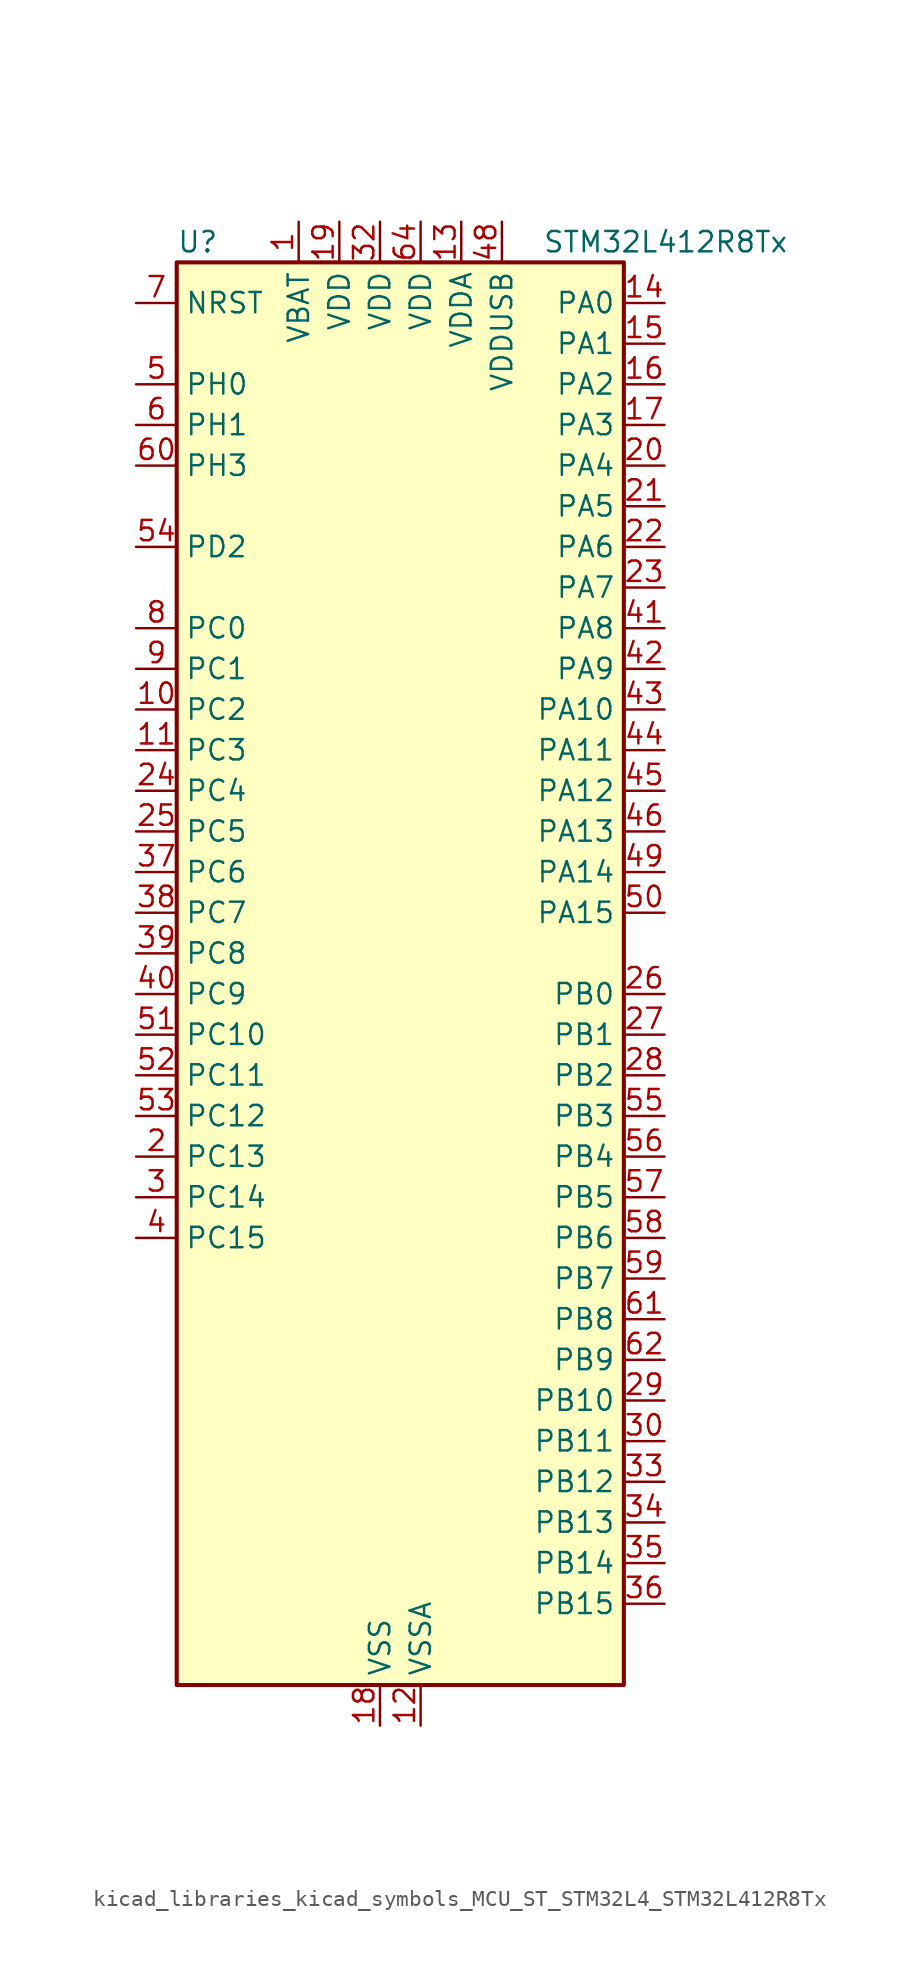
<source format=kicad_sym>
(kicad_symbol_lib
  (version 20220914)
  (generator kicad_symbol_editor)
  (symbol "kicad_libraries_kicad_symbols_MCU_ST_STM32L4_STM32L412R8Tx"
    (property "Reference" "U"
      (at -12.7 46.99 0)
      (effects (font (size 1.27 1.27)) (justify left)))
    (property "Value" "STM32L412R8Tx"
      (at 10.16 46.99 0)
      (effects (font (size 1.27 1.27)) (justify left)))
    (property "ki_locked" ""
      (at 0 0 0)
      (effects (font (size 1.27 1.27))))
    (symbol "kicad_libraries_kicad_symbols_MCU_ST_STM32L4_STM32L412R8Tx_0_1"
      (rectangle (start -12.7 -43.18) (end 15.24 45.72) (stroke (width 0.254) (type default)) (fill (type background))))
    (symbol "kicad_libraries_kicad_symbols_MCU_ST_STM32L4_STM32L412R8Tx_1_1"
      (pin power_in line (at -5.08 48.26 270) (length 2.54) (name "VBAT" (effects (font (size 1.27 1.27)))) (number "1" (effects (font (size 1.27 1.27)))))
      (pin bidirectional line (at -15.24 17.78 0) (length 2.54) (name "PC2" (effects (font (size 1.27 1.27)))) (number "10" (effects (font (size 1.27 1.27)))) (alternate "ADC1_IN3" bidirectional line) (alternate "ADC2_IN3" bidirectional line) (alternate "LPTIM1_IN2" bidirectional line) (alternate "SPI2_MISO" bidirectional line))
      (pin bidirectional line (at -15.24 15.24 0) (length 2.54) (name "PC3" (effects (font (size 1.27 1.27)))) (number "11" (effects (font (size 1.27 1.27)))) (alternate "ADC1_IN4" bidirectional line) (alternate "ADC2_IN4" bidirectional line) (alternate "LPTIM1_ETR" bidirectional line) (alternate "LPTIM2_ETR" bidirectional line) (alternate "SPI2_MOSI" bidirectional line))
      (pin power_in line (at 2.54 -45.72 90) (length 2.54) (name "VSSA" (effects (font (size 1.27 1.27)))) (number "12" (effects (font (size 1.27 1.27)))))
      (pin power_in line (at 5.08 48.26 270) (length 2.54) (name "VDDA" (effects (font (size 1.27 1.27)))) (number "13" (effects (font (size 1.27 1.27)))))
      (pin bidirectional line (at 17.78 43.18 180) (length 2.54) (name "PA0" (effects (font (size 1.27 1.27)))) (number "14" (effects (font (size 1.27 1.27)))) (alternate "ADC1_IN5" bidirectional line) (alternate "COMP1_INM" bidirectional line) (alternate "COMP1_OUT" bidirectional line) (alternate "OPAMP1_VINP" bidirectional line) (alternate "RTC_TAMP2" bidirectional line) (alternate "SYS_WKUP1" bidirectional line) (alternate "TIM2_CH1" bidirectional line) (alternate "TIM2_ETR" bidirectional line) (alternate "USART2_CTS" bidirectional line))
      (pin bidirectional line (at 17.78 40.64 180) (length 2.54) (name "PA1" (effects (font (size 1.27 1.27)))) (number "15" (effects (font (size 1.27 1.27)))) (alternate "ADC1_IN6" bidirectional line) (alternate "COMP1_INP" bidirectional line) (alternate "I2C1_SMBA" bidirectional line) (alternate "OPAMP1_VINM" bidirectional line) (alternate "SPI1_SCK" bidirectional line) (alternate "TIM15_CH1N" bidirectional line) (alternate "TIM2_CH2" bidirectional line) (alternate "USART2_DE" bidirectional line) (alternate "USART2_RTS" bidirectional line))
      (pin bidirectional line (at 17.78 38.1 180) (length 2.54) (name "PA2" (effects (font (size 1.27 1.27)))) (number "16" (effects (font (size 1.27 1.27)))) (alternate "ADC1_IN7" bidirectional line) (alternate "ADC2_IN7" bidirectional line) (alternate "LPUART1_TX" bidirectional line) (alternate "QUADSPI_BK1_NCS" bidirectional line) (alternate "RCC_LSCO" bidirectional line) (alternate "SYS_WKUP4" bidirectional line) (alternate "TIM15_CH1" bidirectional line) (alternate "TIM2_CH3" bidirectional line) (alternate "USART2_TX" bidirectional line))
      (pin bidirectional line (at 17.78 35.56 180) (length 2.54) (name "PA3" (effects (font (size 1.27 1.27)))) (number "17" (effects (font (size 1.27 1.27)))) (alternate "ADC1_IN8" bidirectional line) (alternate "ADC2_IN8" bidirectional line) (alternate "LPUART1_RX" bidirectional line) (alternate "OPAMP1_VOUT" bidirectional line) (alternate "QUADSPI_CLK" bidirectional line) (alternate "TIM15_CH2" bidirectional line) (alternate "TIM2_CH4" bidirectional line) (alternate "USART2_RX" bidirectional line))
      (pin power_in line (at 0 -45.72 90) (length 2.54) (name "VSS" (effects (font (size 1.27 1.27)))) (number "18" (effects (font (size 1.27 1.27)))))
      (pin power_in line (at -2.54 48.26 270) (length 2.54) (name "VDD" (effects (font (size 1.27 1.27)))) (number "19" (effects (font (size 1.27 1.27)))))
      (pin bidirectional line (at -15.24 -10.16 0) (length 2.54) (name "PC13" (effects (font (size 1.27 1.27)))) (number "2" (effects (font (size 1.27 1.27)))) (alternate "RTC_OUT_ALARM" bidirectional line) (alternate "RTC_OUT_CALIB" bidirectional line) (alternate "RTC_TAMP1" bidirectional line) (alternate "RTC_TS" bidirectional line) (alternate "SYS_WKUP2" bidirectional line))
      (pin bidirectional line (at 17.78 33.02 180) (length 2.54) (name "PA4" (effects (font (size 1.27 1.27)))) (number "20" (effects (font (size 1.27 1.27)))) (alternate "ADC1_IN9" bidirectional line) (alternate "ADC2_IN9" bidirectional line) (alternate "COMP1_INM" bidirectional line) (alternate "LPTIM2_OUT" bidirectional line) (alternate "SPI1_NSS" bidirectional line) (alternate "USART2_CK" bidirectional line))
      (pin bidirectional line (at 17.78 30.48 180) (length 2.54) (name "PA5" (effects (font (size 1.27 1.27)))) (number "21" (effects (font (size 1.27 1.27)))) (alternate "ADC1_IN10" bidirectional line) (alternate "ADC2_IN10" bidirectional line) (alternate "COMP1_INM" bidirectional line) (alternate "LPTIM2_ETR" bidirectional line) (alternate "SPI1_SCK" bidirectional line) (alternate "TIM2_CH1" bidirectional line) (alternate "TIM2_ETR" bidirectional line))
      (pin bidirectional line (at 17.78 27.94 180) (length 2.54) (name "PA6" (effects (font (size 1.27 1.27)))) (number "22" (effects (font (size 1.27 1.27)))) (alternate "ADC1_IN11" bidirectional line) (alternate "ADC2_IN11" bidirectional line) (alternate "COMP1_OUT" bidirectional line) (alternate "LPUART1_CTS" bidirectional line) (alternate "QUADSPI_BK1_IO3" bidirectional line) (alternate "SPI1_MISO" bidirectional line) (alternate "TIM16_CH1" bidirectional line) (alternate "TIM1_BKIN" bidirectional line) (alternate "USART3_CTS" bidirectional line))
      (pin bidirectional line (at 17.78 25.4 180) (length 2.54) (name "PA7" (effects (font (size 1.27 1.27)))) (number "23" (effects (font (size 1.27 1.27)))) (alternate "ADC1_IN12" bidirectional line) (alternate "ADC2_IN12" bidirectional line) (alternate "I2C3_SCL" bidirectional line) (alternate "QUADSPI_BK1_IO2" bidirectional line) (alternate "SPI1_MOSI" bidirectional line) (alternate "TIM1_CH1N" bidirectional line))
      (pin bidirectional line (at -15.24 12.7 0) (length 2.54) (name "PC4" (effects (font (size 1.27 1.27)))) (number "24" (effects (font (size 1.27 1.27)))) (alternate "ADC1_IN13" bidirectional line) (alternate "ADC2_IN13" bidirectional line) (alternate "COMP1_INM" bidirectional line) (alternate "USART3_TX" bidirectional line))
      (pin bidirectional line (at -15.24 10.16 0) (length 2.54) (name "PC5" (effects (font (size 1.27 1.27)))) (number "25" (effects (font (size 1.27 1.27)))) (alternate "ADC1_IN14" bidirectional line) (alternate "ADC2_IN14" bidirectional line) (alternate "COMP1_INP" bidirectional line) (alternate "SYS_WKUP5" bidirectional line) (alternate "USART3_RX" bidirectional line))
      (pin bidirectional line (at 17.78 0 180) (length 2.54) (name "PB0" (effects (font (size 1.27 1.27)))) (number "26" (effects (font (size 1.27 1.27)))) (alternate "ADC1_IN15" bidirectional line) (alternate "ADC2_IN15" bidirectional line) (alternate "COMP1_OUT" bidirectional line) (alternate "QUADSPI_BK1_IO1" bidirectional line) (alternate "SPI1_NSS" bidirectional line) (alternate "SYS_TRACED0" bidirectional line) (alternate "TIM1_CH2N" bidirectional line) (alternate "USART3_CK" bidirectional line))
      (pin bidirectional line (at 17.78 -2.54 180) (length 2.54) (name "PB1" (effects (font (size 1.27 1.27)))) (number "27" (effects (font (size 1.27 1.27)))) (alternate "ADC1_IN16" bidirectional line) (alternate "ADC2_IN16" bidirectional line) (alternate "COMP1_INM" bidirectional line) (alternate "LPTIM2_IN1" bidirectional line) (alternate "LPUART1_DE" bidirectional line) (alternate "LPUART1_RTS" bidirectional line) (alternate "QUADSPI_BK1_IO0" bidirectional line) (alternate "SYS_TRACED1" bidirectional line) (alternate "TIM1_CH3N" bidirectional line) (alternate "USART3_DE" bidirectional line) (alternate "USART3_RTS" bidirectional line))
      (pin bidirectional line (at 17.78 -5.08 180) (length 2.54) (name "PB2" (effects (font (size 1.27 1.27)))) (number "28" (effects (font (size 1.27 1.27)))) (alternate "COMP1_INP" bidirectional line) (alternate "I2C3_SMBA" bidirectional line) (alternate "LPTIM1_OUT" bidirectional line) (alternate "RTC_OUT_ALARM" bidirectional line) (alternate "RTC_OUT_CALIB" bidirectional line))
      (pin bidirectional line (at 17.78 -25.4 180) (length 2.54) (name "PB10" (effects (font (size 1.27 1.27)))) (number "29" (effects (font (size 1.27 1.27)))) (alternate "COMP1_OUT" bidirectional line) (alternate "I2C2_SCL" bidirectional line) (alternate "LPUART1_RX" bidirectional line) (alternate "QUADSPI_CLK" bidirectional line) (alternate "SPI2_SCK" bidirectional line) (alternate "TIM2_CH3" bidirectional line) (alternate "TSC_SYNC" bidirectional line) (alternate "USART3_TX" bidirectional line))
      (pin bidirectional line (at -15.24 -12.7 0) (length 2.54) (name "PC14" (effects (font (size 1.27 1.27)))) (number "3" (effects (font (size 1.27 1.27)))) (alternate "RCC_OSC32_IN" bidirectional line))
      (pin bidirectional line (at 17.78 -27.94 180) (length 2.54) (name "PB11" (effects (font (size 1.27 1.27)))) (number "30" (effects (font (size 1.27 1.27)))) (alternate "ADC1_EXTI11" bidirectional line) (alternate "ADC2_EXTI11" bidirectional line) (alternate "I2C2_SDA" bidirectional line) (alternate "LPUART1_TX" bidirectional line) (alternate "QUADSPI_BK1_NCS" bidirectional line) (alternate "TIM2_CH4" bidirectional line) (alternate "USART3_RX" bidirectional line))
      (pin passive line (at 0 -45.72 90) (length 2.54) hide (name "VSS" (effects (font (size 1.27 1.27)))) (number "31" (effects (font (size 1.27 1.27)))))
      (pin power_in line (at 0 48.26 270) (length 2.54) (name "VDD" (effects (font (size 1.27 1.27)))) (number "32" (effects (font (size 1.27 1.27)))))
      (pin bidirectional line (at 17.78 -30.48 180) (length 2.54) (name "PB12" (effects (font (size 1.27 1.27)))) (number "33" (effects (font (size 1.27 1.27)))) (alternate "I2C2_SMBA" bidirectional line) (alternate "LPUART1_DE" bidirectional line) (alternate "LPUART1_RTS" bidirectional line) (alternate "SPI2_NSS" bidirectional line) (alternate "TIM15_BKIN" bidirectional line) (alternate "TIM1_BKIN" bidirectional line) (alternate "TSC_G1_IO1" bidirectional line) (alternate "USART3_CK" bidirectional line))
      (pin bidirectional line (at 17.78 -33.02 180) (length 2.54) (name "PB13" (effects (font (size 1.27 1.27)))) (number "34" (effects (font (size 1.27 1.27)))) (alternate "I2C2_SCL" bidirectional line) (alternate "LPUART1_CTS" bidirectional line) (alternate "SPI2_SCK" bidirectional line) (alternate "TIM15_CH1N" bidirectional line) (alternate "TIM1_CH1N" bidirectional line) (alternate "TSC_G1_IO2" bidirectional line) (alternate "USART3_CTS" bidirectional line))
      (pin bidirectional line (at 17.78 -35.56 180) (length 2.54) (name "PB14" (effects (font (size 1.27 1.27)))) (number "35" (effects (font (size 1.27 1.27)))) (alternate "I2C2_SDA" bidirectional line) (alternate "SPI2_MISO" bidirectional line) (alternate "TIM15_CH1" bidirectional line) (alternate "TIM1_CH2N" bidirectional line) (alternate "TSC_G1_IO3" bidirectional line) (alternate "USART3_DE" bidirectional line) (alternate "USART3_RTS" bidirectional line))
      (pin bidirectional line (at 17.78 -38.1 180) (length 2.54) (name "PB15" (effects (font (size 1.27 1.27)))) (number "36" (effects (font (size 1.27 1.27)))) (alternate "ADC1_EXTI15" bidirectional line) (alternate "ADC2_EXTI15" bidirectional line) (alternate "RTC_REFIN" bidirectional line) (alternate "SPI2_MOSI" bidirectional line) (alternate "TIM15_CH2" bidirectional line) (alternate "TIM1_CH3N" bidirectional line) (alternate "TSC_G1_IO4" bidirectional line))
      (pin bidirectional line (at -15.24 7.62 0) (length 2.54) (name "PC6" (effects (font (size 1.27 1.27)))) (number "37" (effects (font (size 1.27 1.27)))) (alternate "TSC_G4_IO1" bidirectional line))
      (pin bidirectional line (at -15.24 5.08 0) (length 2.54) (name "PC7" (effects (font (size 1.27 1.27)))) (number "38" (effects (font (size 1.27 1.27)))) (alternate "TSC_G4_IO2" bidirectional line))
      (pin bidirectional line (at -15.24 2.54 0) (length 2.54) (name "PC8" (effects (font (size 1.27 1.27)))) (number "39" (effects (font (size 1.27 1.27)))) (alternate "TSC_G4_IO3" bidirectional line))
      (pin bidirectional line (at -15.24 -15.24 0) (length 2.54) (name "PC15" (effects (font (size 1.27 1.27)))) (number "4" (effects (font (size 1.27 1.27)))) (alternate "ADC1_EXTI15" bidirectional line) (alternate "ADC2_EXTI15" bidirectional line) (alternate "RCC_OSC32_OUT" bidirectional line))
      (pin bidirectional line (at -15.24 0 0) (length 2.54) (name "PC9" (effects (font (size 1.27 1.27)))) (number "40" (effects (font (size 1.27 1.27)))) (alternate "TSC_G4_IO4" bidirectional line) (alternate "USB_NOE" bidirectional line))
      (pin bidirectional line (at 17.78 22.86 180) (length 2.54) (name "PA8" (effects (font (size 1.27 1.27)))) (number "41" (effects (font (size 1.27 1.27)))) (alternate "LPTIM2_OUT" bidirectional line) (alternate "RCC_MCO" bidirectional line) (alternate "TIM1_CH1" bidirectional line) (alternate "USART1_CK" bidirectional line))
      (pin bidirectional line (at 17.78 20.32 180) (length 2.54) (name "PA9" (effects (font (size 1.27 1.27)))) (number "42" (effects (font (size 1.27 1.27)))) (alternate "I2C1_SCL" bidirectional line) (alternate "TIM15_BKIN" bidirectional line) (alternate "TIM1_CH2" bidirectional line) (alternate "USART1_TX" bidirectional line))
      (pin bidirectional line (at 17.78 17.78 180) (length 2.54) (name "PA10" (effects (font (size 1.27 1.27)))) (number "43" (effects (font (size 1.27 1.27)))) (alternate "CRS_SYNC" bidirectional line) (alternate "I2C1_SDA" bidirectional line) (alternate "TIM1_CH3" bidirectional line) (alternate "USART1_RX" bidirectional line))
      (pin bidirectional line (at 17.78 15.24 180) (length 2.54) (name "PA11" (effects (font (size 1.27 1.27)))) (number "44" (effects (font (size 1.27 1.27)))) (alternate "ADC1_EXTI11" bidirectional line) (alternate "ADC2_EXTI11" bidirectional line) (alternate "COMP1_OUT" bidirectional line) (alternate "SPI1_MISO" bidirectional line) (alternate "TIM1_BKIN2" bidirectional line) (alternate "TIM1_BKIN2_COMP1" bidirectional line) (alternate "TIM1_CH4" bidirectional line) (alternate "USART1_CTS" bidirectional line) (alternate "USB_DM" bidirectional line))
      (pin bidirectional line (at 17.78 12.7 180) (length 2.54) (name "PA12" (effects (font (size 1.27 1.27)))) (number "45" (effects (font (size 1.27 1.27)))) (alternate "SPI1_MOSI" bidirectional line) (alternate "TIM1_ETR" bidirectional line) (alternate "USART1_DE" bidirectional line) (alternate "USART1_RTS" bidirectional line) (alternate "USB_DP" bidirectional line))
      (pin bidirectional line (at 17.78 10.16 180) (length 2.54) (name "PA13" (effects (font (size 1.27 1.27)))) (number "46" (effects (font (size 1.27 1.27)))) (alternate "IR_OUT" bidirectional line) (alternate "SYS_JTMS-SWDIO" bidirectional line) (alternate "USB_NOE" bidirectional line))
      (pin passive line (at 0 -45.72 90) (length 2.54) hide (name "VSS" (effects (font (size 1.27 1.27)))) (number "47" (effects (font (size 1.27 1.27)))))
      (pin power_in line (at 7.62 48.26 270) (length 2.54) (name "VDDUSB" (effects (font (size 1.27 1.27)))) (number "48" (effects (font (size 1.27 1.27)))))
      (pin bidirectional line (at 17.78 7.62 180) (length 2.54) (name "PA14" (effects (font (size 1.27 1.27)))) (number "49" (effects (font (size 1.27 1.27)))) (alternate "I2C1_SMBA" bidirectional line) (alternate "LPTIM1_OUT" bidirectional line) (alternate "SYS_JTCK-SWCLK" bidirectional line))
      (pin bidirectional line (at -15.24 38.1 0) (length 2.54) (name "PH0" (effects (font (size 1.27 1.27)))) (number "5" (effects (font (size 1.27 1.27)))) (alternate "RCC_OSC_IN" bidirectional line))
      (pin bidirectional line (at 17.78 5.08 180) (length 2.54) (name "PA15" (effects (font (size 1.27 1.27)))) (number "50" (effects (font (size 1.27 1.27)))) (alternate "ADC1_EXTI15" bidirectional line) (alternate "ADC2_EXTI15" bidirectional line) (alternate "SPI1_NSS" bidirectional line) (alternate "SYS_JTDI" bidirectional line) (alternate "TIM2_CH1" bidirectional line) (alternate "TIM2_ETR" bidirectional line) (alternate "TSC_G3_IO1" bidirectional line) (alternate "USART2_RX" bidirectional line) (alternate "USART3_DE" bidirectional line) (alternate "USART3_RTS" bidirectional line))
      (pin bidirectional line (at -15.24 -2.54 0) (length 2.54) (name "PC10" (effects (font (size 1.27 1.27)))) (number "51" (effects (font (size 1.27 1.27)))) (alternate "SYS_TRACED1" bidirectional line) (alternate "TSC_G3_IO2" bidirectional line) (alternate "USART3_TX" bidirectional line))
      (pin bidirectional line (at -15.24 -5.08 0) (length 2.54) (name "PC11" (effects (font (size 1.27 1.27)))) (number "52" (effects (font (size 1.27 1.27)))) (alternate "ADC1_EXTI11" bidirectional line) (alternate "ADC2_EXTI11" bidirectional line) (alternate "TSC_G3_IO3" bidirectional line) (alternate "USART3_RX" bidirectional line))
      (pin bidirectional line (at -15.24 -7.62 0) (length 2.54) (name "PC12" (effects (font (size 1.27 1.27)))) (number "53" (effects (font (size 1.27 1.27)))) (alternate "SYS_TRACED3" bidirectional line) (alternate "TSC_G3_IO4" bidirectional line) (alternate "USART3_CK" bidirectional line))
      (pin bidirectional line (at -15.24 27.94 0) (length 2.54) (name "PD2" (effects (font (size 1.27 1.27)))) (number "54" (effects (font (size 1.27 1.27)))) (alternate "SYS_TRACED2" bidirectional line) (alternate "TSC_SYNC" bidirectional line) (alternate "USART3_DE" bidirectional line) (alternate "USART3_RTS" bidirectional line))
      (pin bidirectional line (at 17.78 -7.62 180) (length 2.54) (name "PB3" (effects (font (size 1.27 1.27)))) (number "55" (effects (font (size 1.27 1.27)))) (alternate "SPI1_SCK" bidirectional line) (alternate "SYS_JTDO-SWO" bidirectional line) (alternate "TIM2_CH2" bidirectional line) (alternate "USART1_DE" bidirectional line) (alternate "USART1_RTS" bidirectional line))
      (pin bidirectional line (at 17.78 -10.16 180) (length 2.54) (name "PB4" (effects (font (size 1.27 1.27)))) (number "56" (effects (font (size 1.27 1.27)))) (alternate "I2C3_SDA" bidirectional line) (alternate "SPI1_MISO" bidirectional line) (alternate "SYS_JTRST" bidirectional line) (alternate "TSC_G2_IO1" bidirectional line) (alternate "USART1_CTS" bidirectional line))
      (pin bidirectional line (at 17.78 -12.7 180) (length 2.54) (name "PB5" (effects (font (size 1.27 1.27)))) (number "57" (effects (font (size 1.27 1.27)))) (alternate "I2C1_SMBA" bidirectional line) (alternate "LPTIM1_IN1" bidirectional line) (alternate "SPI1_MOSI" bidirectional line) (alternate "SYS_TRACED2" bidirectional line) (alternate "TIM16_BKIN" bidirectional line) (alternate "TSC_G2_IO2" bidirectional line) (alternate "USART1_CK" bidirectional line))
      (pin bidirectional line (at 17.78 -15.24 180) (length 2.54) (name "PB6" (effects (font (size 1.27 1.27)))) (number "58" (effects (font (size 1.27 1.27)))) (alternate "I2C1_SCL" bidirectional line) (alternate "LPTIM1_ETR" bidirectional line) (alternate "SYS_TRACED3" bidirectional line) (alternate "TIM16_CH1N" bidirectional line) (alternate "TSC_G2_IO3" bidirectional line) (alternate "USART1_TX" bidirectional line))
      (pin bidirectional line (at 17.78 -17.78 180) (length 2.54) (name "PB7" (effects (font (size 1.27 1.27)))) (number "59" (effects (font (size 1.27 1.27)))) (alternate "I2C1_SDA" bidirectional line) (alternate "LPTIM1_IN2" bidirectional line) (alternate "SYS_PVD_IN" bidirectional line) (alternate "SYS_TRACECLK" bidirectional line) (alternate "TSC_G2_IO4" bidirectional line) (alternate "USART1_RX" bidirectional line))
      (pin bidirectional line (at -15.24 35.56 0) (length 2.54) (name "PH1" (effects (font (size 1.27 1.27)))) (number "6" (effects (font (size 1.27 1.27)))) (alternate "RCC_OSC_OUT" bidirectional line))
      (pin bidirectional line (at -15.24 33.02 0) (length 2.54) (name "PH3" (effects (font (size 1.27 1.27)))) (number "60" (effects (font (size 1.27 1.27)))))
      (pin bidirectional line (at 17.78 -20.32 180) (length 2.54) (name "PB8" (effects (font (size 1.27 1.27)))) (number "61" (effects (font (size 1.27 1.27)))) (alternate "I2C1_SCL" bidirectional line) (alternate "TIM16_CH1" bidirectional line))
      (pin bidirectional line (at 17.78 -22.86 180) (length 2.54) (name "PB9" (effects (font (size 1.27 1.27)))) (number "62" (effects (font (size 1.27 1.27)))) (alternate "I2C1_SDA" bidirectional line) (alternate "IR_OUT" bidirectional line) (alternate "SPI2_NSS" bidirectional line))
      (pin passive line (at 0 -45.72 90) (length 2.54) hide (name "VSS" (effects (font (size 1.27 1.27)))) (number "63" (effects (font (size 1.27 1.27)))))
      (pin power_in line (at 2.54 48.26 270) (length 2.54) (name "VDD" (effects (font (size 1.27 1.27)))) (number "64" (effects (font (size 1.27 1.27)))))
      (pin input line (at -15.24 43.18 0) (length 2.54) (name "NRST" (effects (font (size 1.27 1.27)))) (number "7" (effects (font (size 1.27 1.27)))))
      (pin bidirectional line (at -15.24 22.86 0) (length 2.54) (name "PC0" (effects (font (size 1.27 1.27)))) (number "8" (effects (font (size 1.27 1.27)))) (alternate "ADC1_IN1" bidirectional line) (alternate "ADC2_IN1" bidirectional line) (alternate "I2C3_SCL" bidirectional line) (alternate "LPTIM1_IN1" bidirectional line) (alternate "LPTIM2_IN1" bidirectional line) (alternate "LPUART1_RX" bidirectional line) (alternate "SYS_TRACECLK" bidirectional line))
      (pin bidirectional line (at -15.24 20.32 0) (length 2.54) (name "PC1" (effects (font (size 1.27 1.27)))) (number "9" (effects (font (size 1.27 1.27)))) (alternate "ADC1_IN2" bidirectional line) (alternate "ADC2_IN2" bidirectional line) (alternate "I2C3_SDA" bidirectional line) (alternate "LPTIM1_OUT" bidirectional line) (alternate "LPUART1_TX" bidirectional line) (alternate "SYS_TRACED0" bidirectional line)))))
</source>
